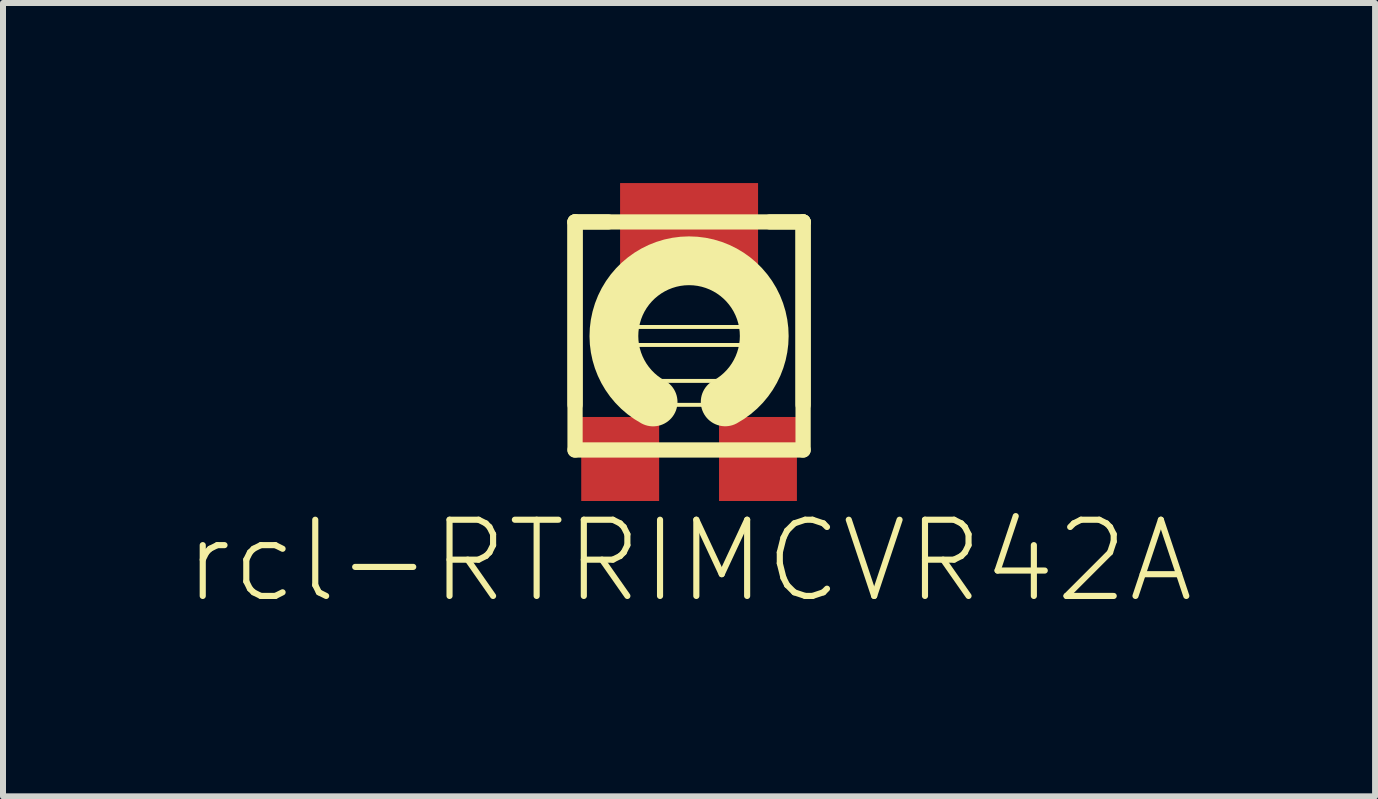
<source format=kicad_pcb>
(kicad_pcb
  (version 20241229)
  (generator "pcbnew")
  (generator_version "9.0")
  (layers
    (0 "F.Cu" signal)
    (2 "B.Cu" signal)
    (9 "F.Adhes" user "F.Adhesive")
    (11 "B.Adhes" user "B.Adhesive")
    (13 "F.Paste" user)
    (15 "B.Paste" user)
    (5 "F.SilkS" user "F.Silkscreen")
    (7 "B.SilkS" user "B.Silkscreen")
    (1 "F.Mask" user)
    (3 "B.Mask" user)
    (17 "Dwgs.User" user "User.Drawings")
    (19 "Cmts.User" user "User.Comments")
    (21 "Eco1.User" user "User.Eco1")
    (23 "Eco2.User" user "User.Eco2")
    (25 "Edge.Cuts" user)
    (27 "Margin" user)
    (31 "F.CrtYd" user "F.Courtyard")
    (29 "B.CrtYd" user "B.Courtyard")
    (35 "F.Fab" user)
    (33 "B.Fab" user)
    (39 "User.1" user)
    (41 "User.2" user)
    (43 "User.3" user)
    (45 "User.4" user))
  (footprint "rcl-RTRIMCVR42A"
    (layer "F.Cu")
    (at 8.432 2.548)
    (property "Reference" "rcl-RTRIMCVR42A" (at 0 3.75 180) (layer "F.SilkS") (effects (font (size 1.27 1.27) (thickness 0.102))))
    (attr smd)
    (fp_line (start -1.9 -1.9) (end -1.9 1.9) (stroke (width 0.254) (type solid)) (layer "F.SilkS"))
    (fp_line (start -1.9 -1.9) (end -1.349 -1.9) (stroke (width 0.254) (type solid)) (layer "F.SilkS"))
    (fp_line (start -1.9 1.148) (end -1.9 -1.9) (stroke (width 0.254) (type solid)) (layer "F.SilkS"))
    (fp_line (start -1.9 1.9) (end 1.9 1.9) (stroke (width 0.254) (type solid)) (layer "F.SilkS"))
    (fp_line (start -1.049 -0.15) (end 1.049 -0.15) (stroke (width 0.066) (type solid)) (layer "F.SilkS"))
    (fp_line (start -1.049 0.15) (end -1.049 -0.15) (stroke (width 0.066) (type solid)) (layer "F.SilkS"))
    (fp_line (start -1.049 0.15) (end 1.049 0.15) (stroke (width 0.066) (type solid)) (layer "F.SilkS"))
    (fp_line (start -0.648 0.749) (end 0.648 0.749) (stroke (width 0.066) (type solid)) (layer "F.SilkS"))
    (fp_line (start -0.648 1.148) (end -0.648 0.749) (stroke (width 0.066) (type solid)) (layer "F.SilkS"))
    (fp_line (start -0.648 1.148) (end 0.648 1.148) (stroke (width 0.066) (type solid)) (layer "F.SilkS"))
    (fp_line (start 0.648 1.148) (end 0.648 0.749) (stroke (width 0.066) (type solid)) (layer "F.SilkS"))
    (fp_line (start 1.049 0.15) (end 1.049 -0.15) (stroke (width 0.066) (type solid)) (layer "F.SilkS"))
    (fp_line (start 1.9 -1.9) (end -1.9 -1.9) (stroke (width 0.254) (type solid)) (layer "F.SilkS"))
    (fp_line (start 1.9 -1.9) (end 1.349 -1.9) (stroke (width 0.254) (type solid)) (layer "F.SilkS"))
    (fp_line (start 1.9 1.148) (end 1.9 -1.9) (stroke (width 0.254) (type solid)) (layer "F.SilkS"))
    (fp_line (start 1.9 1.9) (end 1.9 -1.9) (stroke (width 0.254) (type solid)) (layer "F.SilkS"))
    (fp_arc (start -0.59944 1.09982) (mid -0.00127 -1.25257) (end 0.601669 1.098602) (stroke (width 0.8128) (type solid)) (layer "F.SilkS"))
    (pad "1" smd rect (at -1.148 2.05) (size 1.298 1.4) (layers "F.Cu" "F.Mask" "F.Paste"))
    (pad "2" smd rect (at 0 -1.798) (size 2.299 1.499) (layers "F.Cu" "F.Mask" "F.Paste"))
    (pad "3" smd rect (at 1.148 2.05) (size 1.298 1.4) (layers "F.Cu" "F.Mask" "F.Paste")))
  (gr_rect
    (start -3 -3)
    (end 19.863 10.219)
    (stroke (width 0.1) (type default))
    (fill no)
    (layer "Edge.Cuts")))
</source>
